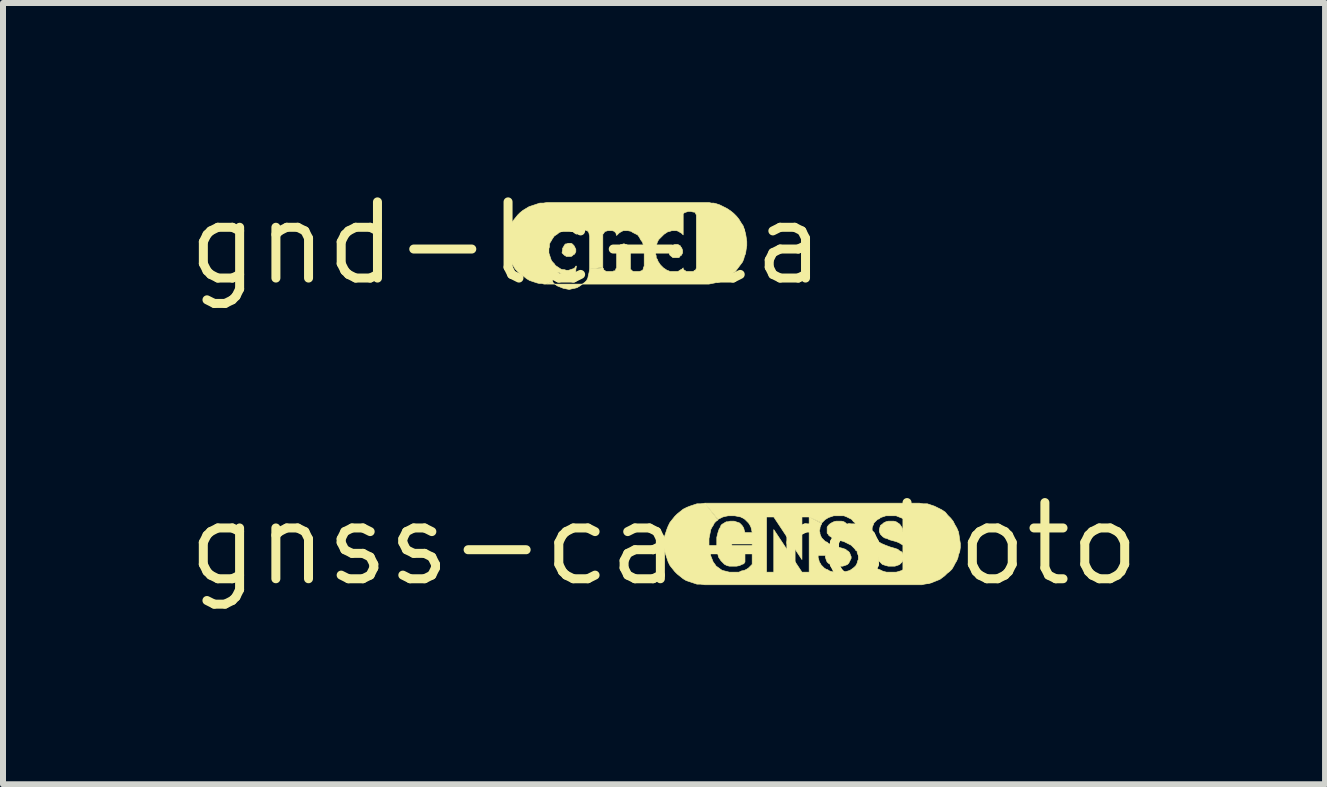
<source format=kicad_pcb>
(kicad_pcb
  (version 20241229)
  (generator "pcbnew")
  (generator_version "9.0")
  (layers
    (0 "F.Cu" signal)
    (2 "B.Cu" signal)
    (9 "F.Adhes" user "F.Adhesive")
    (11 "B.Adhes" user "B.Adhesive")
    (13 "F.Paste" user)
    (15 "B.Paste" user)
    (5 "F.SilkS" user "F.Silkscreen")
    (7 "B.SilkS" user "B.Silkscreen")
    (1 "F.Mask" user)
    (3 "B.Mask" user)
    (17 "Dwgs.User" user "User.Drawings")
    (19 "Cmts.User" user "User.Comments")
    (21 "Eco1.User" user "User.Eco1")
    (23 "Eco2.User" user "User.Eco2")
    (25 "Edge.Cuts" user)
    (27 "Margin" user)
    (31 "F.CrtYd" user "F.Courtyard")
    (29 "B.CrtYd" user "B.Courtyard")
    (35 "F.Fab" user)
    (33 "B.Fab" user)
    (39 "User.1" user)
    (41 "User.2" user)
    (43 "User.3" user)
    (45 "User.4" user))
  (footprint "gnss-ca-roboto"
    (layer "F.Cu")
    (at 8.02 6.019)
    (property "Reference" "gnss-ca-roboto" (at 0 0 0) (layer "F.SilkS") (effects (font (size 1.27 1.27) (thickness 0.15))))
    (attr board_only exclude_from_pos_files exclude_from_bom)
    (fp_poly (pts (xy 0.68 -0.68) (xy 0.61 -0.67) (xy 0.55 -0.67) (xy 0.49 -0.65) (xy 0.43 -0.63) (xy 0.38 -0.61) (xy 0.32 -0.58) (xy 0.27 -0.54) (xy 0.22 -0.5) (xy 0.18 -0.46) (xy 0.14 -0.41) (xy 0.1 -0.36) (xy 0.07 -0.3) (xy 0.05 -0.25) (xy 0.03 -0.19) (xy 0.01 -0.13) (xy 0 -0.06) (xy 0 0) (xy 0 0.06) (xy 0.01 0.12) (xy 0.03 0.18) (xy 0.05 0.24) (xy 0.07 0.3) (xy 0.1 0.36) (xy 0.14 0.41) (xy 0.18 0.46) (xy 0.22 0.5) (xy 0.27 0.54) (xy 0.32 0.58) (xy 0.37 0.61) (xy 0.43 0.63) (xy 0.49 0.65) (xy 0.55 0.67) (xy 0.61 0.67) (xy 0.68 0.68) (xy 4.26 0.68) (xy 4.3 0.68) (xy 4.34 0.67) (xy 4.4 0.66) (xy 4.45 0.65) (xy 4.5 0.63) (xy 4.55 0.61) (xy 4.6 0.59) (xy 4.64 0.56) (xy 4.68 0.53) (xy 4.72 0.49) (xy 4.76 0.46) (xy 4.8 0.42) (xy 4.83 0.37) (xy 4.85 0.33) (xy 4.88 0.28) (xy 4.9 0.23) (xy 4.91 0.18) (xy 4.93 0.13) (xy 4.94 0.06) (xy 4.94 -0.01) (xy 4.93 -0.07) (xy 4.92 -0.14) (xy 4.91 -0.2) (xy 4.88 -0.27) (xy 4.85 -0.32) (xy 4.82 -0.38) (xy 4.78 -0.43) (xy 4.73 -0.48) (xy 4.69 -0.53) (xy 4.63 -0.57) (xy 4.57 -0.6) (xy 4.51 -0.63) (xy 4.45 -0.65) (xy 4.39 -0.67) (xy 4.32 -0.67) (xy 4.26 -0.68) (xy 0.68 -0.68) (xy 0.9 -0.41) (xy 0.94 -0.43) (xy 0.98 -0.45) (xy 1.02 -0.46) (xy 1.07 -0.47) (xy 1.12 -0.47) (xy 1.18 -0.47) (xy 1.23 -0.46) (xy 1.28 -0.45) (xy 1.32 -0.43) (xy 1.35 -0.41) (xy 1.38 -0.38) (xy 1.41 -0.35) (xy 1.43 -0.32) (xy 1.45 -0.28) (xy 1.46 -0.24) (xy 1.47 -0.19) (xy 1.35 -0.19) (xy 1.34 -0.22) (xy 1.33 -0.26) (xy 1.32 -0.28) (xy 1.3 -0.31) (xy 1.28 -0.33) (xy 1.26 -0.35) (xy 1.23 -0.36) (xy 1.2 -0.37) (xy 1.17 -0.38) (xy 1.14 -0.38) (xy 1.1 -0.38) (xy 1.07 -0.37) (xy 1.04 -0.37) (xy 1.02 -0.36) (xy 0.99 -0.34) (xy 0.97 -0.33) (xy 0.95 -0.31) (xy 0.94 -0.28) (xy 0.92 -0.25) (xy 0.91 -0.22) (xy 0.9 -0.19) (xy 0.89 -0.15) (xy 0.88 -0.11) (xy 0.88 -0.07) (xy 0.88 0.06) (xy 0.88 0.1) (xy 0.89 0.14) (xy 0.9 0.18) (xy 0.91 0.22) (xy 0.93 0.25) (xy 0.95 0.28) (xy 0.98 0.31) (xy 1.01 0.34) (xy 1.05 0.36) (xy 1.09 0.37) (xy 1.14 0.37) (xy 1.21 0.37) (xy 1.26 0.36) (xy 1.28 0.35) (xy 1.3 0.34) (xy 1.33 0.33) (xy 1.35 0.3) (xy 1.35 0.1) (xy 1.13 0.1) (xy 1.13 0) (xy 1.47 0) (xy 1.47 0.34) (xy 1.71 0.47) (xy 1.71 -0.45) (xy 1.83 -0.45) (xy 2.3 0.26) (xy 2.3 -0.45) (xy 2.42 -0.45) (xy 2.63 -0.35) (xy 2.65 -0.37) (xy 2.67 -0.39) (xy 2.69 -0.41) (xy 2.71 -0.42) (xy 2.74 -0.44) (xy 2.77 -0.45) (xy 2.8 -0.46) (xy 2.83 -0.47) (xy 2.86 -0.47) (xy 2.89 -0.47) (xy 2.93 -0.47) (xy 2.96 -0.47) (xy 3 -0.47) (xy 3.05 -0.45) (xy 3.09 -0.43) (xy 3.13 -0.41) (xy 3.16 -0.37) (xy 3.18 -0.36) (xy 3.19 -0.34) (xy 3.21 -0.29) (xy 3.23 -0.24) (xy 3.23 -0.2) (xy 3.11 -0.2) (xy 3.11 -0.24) (xy 3.1 -0.27) (xy 3.08 -0.3) (xy 3.05 -0.33) (xy 3.03 -0.35) (xy 3 -0.37) (xy 2.96 -0.38) (xy 2.91 -0.38) (xy 2.87 -0.38) (xy 2.83 -0.37) (xy 2.79 -0.35) (xy 2.76 -0.33) (xy 2.74 -0.31) (xy 2.72 -0.28) (xy 2.72 -0.24) (xy 2.72 -0.22) (xy 2.72 -0.21) (xy 2.72 -0.18) (xy 2.74 -0.16) (xy 2.75 -0.14) (xy 2.78 -0.12) (xy 2.81 -0.1) (xy 2.85 -0.09) (xy 2.89 -0.07) (xy 3 -0.04) (xy 3.04 -0.02) (xy 3.08 0) (xy 3.12 0.02) (xy 3.15 0.05) (xy 3.18 0.08) (xy 3.2 0.11) (xy 3.22 0.12) (xy 3.22 0.14) (xy 3.23 0.17) (xy 3.24 0.19) (xy 3.24 0.21) (xy 3.44 0.19) (xy 3.56 0.19) (xy 3.57 0.22) (xy 3.57 0.25) (xy 3.58 0.28) (xy 3.6 0.3) (xy 3.62 0.32) (xy 3.64 0.34) (xy 3.67 0.35) (xy 3.7 0.36) (xy 3.74 0.37) (xy 3.77 0.37) (xy 3.81 0.37) (xy 3.85 0.37) (xy 3.88 0.36) (xy 3.91 0.35) (xy 3.93 0.34) (xy 3.95 0.32) (xy 3.97 0.3) (xy 3.98 0.28) (xy 3.99 0.26) (xy 3.99 0.24) (xy 3.99 0.21) (xy 3.99 0.19) (xy 3.98 0.16) (xy 3.97 0.14) (xy 3.96 0.13) (xy 3.94 0.12) (xy 3.92 0.11) (xy 3.9 0.09) (xy 3.84 0.07) (xy 3.77 0.05) (xy 3.69 0.02) (xy 3.62 -0.01) (xy 3.59 -0.03) (xy 3.56 -0.04) (xy 3.54 -0.06) (xy 3.52 -0.08) (xy 3.51 -0.1) (xy 3.49 -0.12) (xy 3.48 -0.14) (xy 3.47 -0.17) (xy 3.47 -0.19) (xy 3.47 -0.22) (xy 3.47 -0.25) (xy 3.47 -0.27) (xy 3.48 -0.3) (xy 3.49 -0.32) (xy 3.5 -0.35) (xy 3.52 -0.37) (xy 3.54 -0.39) (xy 3.56 -0.41) (xy 3.59 -0.42) (xy 3.61 -0.44) (xy 3.64 -0.45) (xy 3.67 -0.46) (xy 3.7 -0.47) (xy 3.73 -0.47) (xy 3.77 -0.47) (xy 3.8 -0.47) (xy 3.84 -0.47) (xy 3.87 -0.47) (xy 3.92 -0.45) (xy 3.97 -0.43) (xy 4.01 -0.41) (xy 4.04 -0.37) (xy 4.05 -0.36) (xy 4.07 -0.34) (xy 4.09 -0.29) (xy 4.1 -0.24) (xy 4.1 -0.2) (xy 3.98 -0.2) (xy 3.98 -0.24) (xy 3.97 -0.27) (xy 3.95 -0.3) (xy 3.93 -0.33) (xy 3.9 -0.35) (xy 3.87 -0.37) (xy 3.83 -0.38) (xy 3.79 -0.38) (xy 3.74 -0.38) (xy 3.7 -0.37) (xy 3.66 -0.35) (xy 3.64 -0.33) (xy 3.61 -0.31) (xy 3.6 -0.28) (xy 3.59 -0.24) (xy 3.59 -0.22) (xy 3.59 -0.21) (xy 3.6 -0.18) (xy 3.61 -0.16) (xy 3.63 -0.14) (xy 3.65 -0.12) (xy 3.68 -0.1) (xy 3.72 -0.09) (xy 3.76 -0.07) (xy 3.87 -0.04) (xy 3.92 -0.02) (xy 3.95 0) (xy 3.99 0.02) (xy 4.03 0.05) (xy 4.06 0.08) (xy 4.08 0.11) (xy 4.09 0.12) (xy 4.1 0.14) (xy 4.1 0.17) (xy 4.11 0.19) (xy 4.11 0.21) (xy 4.11 0.24) (xy 4.11 0.26) (xy 4.1 0.28) (xy 4.09 0.32) (xy 4.07 0.36) (xy 4.04 0.39) (xy 4 0.42) (xy 3.97 0.44) (xy 3.94 0.45) (xy 3.91 0.46) (xy 3.87 0.47) (xy 3.83 0.47) (xy 3.79 0.47) (xy 3.75 0.47) (xy 3.71 0.47) (xy 3.67 0.46) (xy 3.64 0.45) (xy 3.6 0.43) (xy 3.57 0.42) (xy 3.54 0.4) (xy 3.52 0.38) (xy 3.5 0.35) (xy 3.48 0.33) (xy 3.46 0.3) (xy 3.45 0.26) (xy 3.44 0.23) (xy 3.44 0.19) (xy 3.24 0.21) (xy 3.24 0.24) (xy 3.24 0.26) (xy 3.23 0.28) (xy 3.22 0.32) (xy 3.2 0.36) (xy 3.17 0.39) (xy 3.13 0.42) (xy 3.1 0.44) (xy 3.07 0.45) (xy 3.03 0.46) (xy 3 0.47) (xy 2.96 0.47) (xy 2.91 0.47) (xy 2.87 0.47) (xy 2.83 0.47) (xy 2.8 0.46) (xy 2.76 0.45) (xy 2.73 0.43) (xy 2.7 0.42) (xy 2.67 0.4) (xy 2.65 0.38) (xy 2.62 0.35) (xy 2.61 0.33) (xy 2.59 0.3) (xy 2.58 0.26) (xy 2.57 0.23) (xy 2.57 0.19) (xy 2.69 0.19) (xy 2.69 0.22) (xy 2.7 0.25) (xy 2.71 0.28) (xy 2.72 0.3) (xy 2.74 0.32) (xy 2.77 0.34) (xy 2.8 0.35) (xy 2.83 0.36) (xy 2.86 0.37) (xy 2.9 0.37) (xy 2.94 0.37) (xy 2.98 0.37) (xy 3.01 0.36) (xy 3.04 0.35) (xy 3.06 0.34) (xy 3.08 0.32) (xy 3.09 0.3) (xy 3.1 0.28) (xy 3.11 0.26) (xy 3.12 0.24) (xy 3.12 0.21) (xy 3.11 0.19) (xy 3.1 0.16) (xy 3.09 0.14) (xy 3.08 0.13) (xy 3.07 0.12) (xy 3.05 0.11) (xy 3.03 0.09) (xy 2.97 0.07) (xy 2.89 0.05) (xy 2.81 0.02) (xy 2.74 -0.01) (xy 2.72 -0.03) (xy 2.69 -0.04) (xy 2.67 -0.06) (xy 2.65 -0.08) (xy 2.63 -0.1) (xy 2.62 -0.12) (xy 2.61 -0.14) (xy 2.6 -0.17) (xy 2.6 -0.19) (xy 2.59 -0.22) (xy 2.6 -0.25) (xy 2.6 -0.27) (xy 2.61 -0.3) (xy 2.62 -0.32) (xy 2.63 -0.34) (xy 2.42 -0.45) (xy 2.42 0.47) (xy 2.3 0.47) (xy 1.83 -0.24) (xy 1.83 0.47) (xy 1.71 0.47) (xy 1.47 0.34) (xy 1.44 0.37) (xy 1.41 0.4) (xy 1.38 0.42) (xy 1.34 0.44) (xy 1.29 0.45) (xy 1.25 0.47) (xy 1.19 0.47) (xy 1.14 0.47) (xy 1.09 0.47) (xy 1.05 0.46) (xy 1.01 0.45) (xy 0.97 0.44) (xy 0.94 0.42) (xy 0.9 0.39) (xy 0.87 0.37) (xy 0.85 0.34) (xy 0.82 0.3) (xy 0.8 0.25) (xy 0.78 0.2) (xy 0.77 0.15) (xy 0.76 0.1) (xy 0.75 0.04) (xy 0.75 -0.05) (xy 0.75 -0.09) (xy 0.76 -0.14) (xy 0.77 -0.19) (xy 0.78 -0.24) (xy 0.8 -0.28) (xy 0.82 -0.31) (xy 0.84 -0.35) (xy 0.87 -0.38) (xy 0.9 -0.4) (xy 0.68 -0.68)) (stroke (width 0.01) (type solid)) (fill yes) (layer "F.SilkS")))
  (footprint "gnd-lc-ca"
    (layer "F.Cu")
    (at 5.39 1.006)
    (property "Reference" "gnd-lc-ca" (at 0 0 0) (layer "F.SilkS") (effects (font (size 1.27 1.27) (thickness 0.15))))
    (attr board_only exclude_from_pos_files exclude_from_bom)
    (fp_poly (pts (xy 0.93 0.16) (xy 0.97 0.2) (xy 0.99 0.21) (xy 1 0.22) (xy 1.02 0.22) (xy 1.04 0.22) (xy 1.06 0.22) (xy 1.08 0.22) (xy 1.1 0.21) (xy 1.12 0.19) (xy 1.14 0.18) (xy 1.15 0.16) (xy 1.16 0.14) (xy 1.16 0.12) (xy 1.16 0.1) (xy 1.15 0.08) (xy 1.14 0.06) (xy 1.13 0.04) (xy 1.11 0.02) (xy 1.1 0.01) (xy 1.08 0) (xy 1.05 0) (xy 1.03 0) (xy 1.01 0.01) (xy 0.99 0.01) (xy 0.97 0.03) (xy 0.96 0.05) (xy 0.95 0.07) (xy 0.94 0.08) (xy 0.94 0.1) (xy 0.93 0.16)) (stroke (width 0.01) (type solid)) (fill yes) (layer "F.SilkS"))
    (fp_poly (pts (xy 2.78 0.24) (xy 2.84 0.24) (xy 2.86 0.24) (xy 2.87 0.24) (xy 2.89 0.23) (xy 2.9 0.21) (xy 2.92 0.2) (xy 2.93 0.18) (xy 2.94 0.16) (xy 2.94 0.14) (xy 2.94 0.12) (xy 2.93 0.09) (xy 2.92 0.07) (xy 2.91 0.06) (xy 2.9 0.04) (xy 2.88 0.03) (xy 2.86 0.02) (xy 2.83 0.02) (xy 2.81 0.02) (xy 2.78 0.03) (xy 2.77 0.04) (xy 2.75 0.05) (xy 2.73 0.07) (xy 2.72 0.09) (xy 2.71 0.11) (xy 2.71 0.13) (xy 2.71 0.15) (xy 2.72 0.17) (xy 2.72 0.18) (xy 2.73 0.2) (xy 2.78 0.24)) (stroke (width 0.01) (type solid)) (fill yes) (layer "F.SilkS"))
    (fp_poly (pts (xy 0.68 -0.68) (xy 0.62 -0.67) (xy 0.56 -0.67) (xy 0.5 -0.65) (xy 0.44 -0.63) (xy 0.38 -0.61) (xy 0.33 -0.58) (xy 0.28 -0.55) (xy 0.23 -0.51) (xy 0.19 -0.47) (xy 0.15 -0.42) (xy 0.11 -0.37) (xy 0.08 -0.32) (xy 0.05 -0.26) (xy 0.03 -0.2) (xy 0.02 -0.14) (xy 0.01 -0.08) (xy 0 -0.02) (xy 0 0.04) (xy 0.01 0.1) (xy 0.02 0.16) (xy 0.04 0.22) (xy 0.06 0.27) (xy 0.09 0.33) (xy 0.12 0.38) (xy 0.15 0.43) (xy 0.2 0.48) (xy 0.24 0.52) (xy 0.29 0.55) (xy 0.34 0.59) (xy 0.39 0.62) (xy 0.45 0.64) (xy 0.51 0.66) (xy 0.55 0.67) (xy 0.59 0.67) (xy 0.63 0.68) (xy 0.67 0.68) (xy 0.77 0.64) (xy 0.77 0.62) (xy 0.78 0.59) (xy 0.79 0.56) (xy 0.81 0.54) (xy 0.84 0.5) (xy 0.86 0.49) (xy 0.88 0.49) (xy 0.89 0.49) (xy 0.9 0.5) (xy 0.93 0.52) (xy 0.95 0.53) (xy 0.98 0.54) (xy 1.01 0.55) (xy 1.04 0.56) (xy 1.07 0.55) (xy 1.09 0.55) (xy 1.11 0.54) (xy 1.13 0.53) (xy 1.14 0.51) (xy 1.15 0.49) (xy 1.16 0.47) (xy 1.16 0.44) (xy 1.17 0.38) (xy 1.16 0.38) (xy 1.15 0.4) (xy 1.13 0.42) (xy 1.1 0.43) (xy 1.07 0.44) (xy 1.04 0.45) (xy 1 0.45) (xy 0.97 0.44) (xy 0.94 0.44) (xy 0.91 0.43) (xy 0.88 0.41) (xy 0.85 0.39) (xy 0.82 0.37) (xy 0.8 0.34) (xy 0.77 0.31) (xy 0.75 0.28) (xy 0.74 0.25) (xy 0.73 0.22) (xy 0.72 0.19) (xy 0.71 0.16) (xy 0.71 0.12) (xy 0.71 0.09) (xy 0.72 0.06) (xy 0.72 0.02) (xy 0.73 -0.01) (xy 0.75 -0.04) (xy 0.76 -0.06) (xy 0.78 -0.09) (xy 0.8 -0.12) (xy 0.83 -0.14) (xy 0.86 -0.16) (xy 0.88 -0.18) (xy 0.91 -0.19) (xy 0.95 -0.21) (xy 0.98 -0.21) (xy 1.02 -0.22) (xy 1.05 -0.21) (xy 1.08 -0.2) (xy 1.12 -0.19) (xy 1.14 -0.17) (xy 1.17 -0.15) (xy 1.17 -0.18) (xy 1.19 -0.2) (xy 1.21 -0.21) (xy 1.23 -0.22) (xy 1.25 -0.22) (xy 1.27 -0.22) (xy 1.3 -0.22) (xy 1.32 -0.22) (xy 1.34 -0.21) (xy 1.35 -0.21) (xy 1.36 -0.2) (xy 1.37 -0.19) (xy 1.38 -0.17) (xy 1.38 -0.16) (xy 1.39 -0.12) (xy 1.39 0.43) (xy 1.61 0.4) (xy 1.61 -0.15) (xy 1.62 -0.16) (xy 1.64 -0.19) (xy 1.65 -0.2) (xy 1.66 -0.2) (xy 1.69 -0.21) (xy 1.71 -0.21) (xy 1.74 -0.21) (xy 1.77 -0.21) (xy 1.8 -0.2) (xy 1.81 -0.19) (xy 1.82 -0.18) (xy 1.83 -0.17) (xy 1.83 -0.16) (xy 1.84 -0.13) (xy 1.88 -0.17) (xy 1.91 -0.19) (xy 1.93 -0.2) (xy 1.95 -0.21) (xy 1.97 -0.21) (xy 1.99 -0.21) (xy 2.03 -0.21) (xy 2.08 -0.2) (xy 2.11 -0.18) (xy 2.15 -0.16) (xy 2.19 -0.14) (xy 2.22 -0.1) (xy 2.24 -0.06) (xy 2.27 -0.02) (xy 2.28 0.01) (xy 2.29 0.04) (xy 2.29 0.08) (xy 2.3 0.11) (xy 2.49 0.11) (xy 2.49 0.08) (xy 2.49 0.05) (xy 2.51 0.01) (xy 2.52 -0.02) (xy 2.54 -0.06) (xy 2.57 -0.09) (xy 2.6 -0.12) (xy 2.63 -0.15) (xy 2.66 -0.17) (xy 2.69 -0.19) (xy 2.73 -0.2) (xy 2.76 -0.21) (xy 2.8 -0.21) (xy 2.84 -0.21) (xy 2.87 -0.2) (xy 2.9 -0.18) (xy 2.92 -0.17) (xy 2.95 -0.14) (xy 2.95 -0.47) (xy 2.95 -0.49) (xy 2.97 -0.51) (xy 3 -0.52) (xy 3.03 -0.53) (xy 3.08 -0.53) (xy 3.12 -0.52) (xy 3.14 -0.52) (xy 3.15 -0.51) (xy 3.16 -0.49) (xy 3.17 -0.47) (xy 3.17 -0.46) (xy 3.17 0.41) (xy 3.16 0.44) (xy 3.15 0.45) (xy 3.14 0.45) (xy 3.12 0.47) (xy 3.09 0.47) (xy 3.06 0.47) (xy 3.03 0.47) (xy 3 0.47) (xy 2.99 0.46) (xy 2.97 0.45) (xy 2.96 0.44) (xy 2.95 0.43) (xy 2.95 0.41) (xy 2.93 0.43) (xy 2.91 0.44) (xy 2.88 0.46) (xy 2.86 0.47) (xy 2.83 0.47) (xy 2.8 0.47) (xy 2.77 0.47) (xy 2.73 0.47) (xy 2.71 0.46) (xy 2.68 0.45) (xy 2.65 0.43) (xy 2.62 0.41) (xy 2.6 0.39) (xy 2.57 0.36) (xy 2.55 0.33) (xy 2.53 0.3) (xy 2.52 0.27) (xy 2.5 0.24) (xy 2.5 0.21) (xy 2.49 0.18) (xy 2.49 0.15) (xy 2.49 0.11) (xy 2.3 0.11) (xy 2.3 0.38) (xy 2.29 0.4) (xy 2.28 0.44) (xy 2.27 0.45) (xy 2.25 0.46) (xy 2.22 0.47) (xy 2.19 0.47) (xy 2.15 0.47) (xy 2.12 0.47) (xy 2.1 0.46) (xy 2.08 0.44) (xy 2.07 0.43) (xy 2.07 0.38) (xy 2.07 0.12) (xy 2.06 0.1) (xy 2.06 0.09) (xy 2.05 0.07) (xy 2.04 0.05) (xy 2.03 0.04) (xy 2.02 0.03) (xy 2 0.02) (xy 1.99 0.02) (xy 1.97 0.01) (xy 1.95 0.01) (xy 1.93 0.02) (xy 1.91 0.02) (xy 1.9 0.03) (xy 1.88 0.04) (xy 1.87 0.05) (xy 1.86 0.06) (xy 1.85 0.08) (xy 1.84 0.09) (xy 1.84 0.11) (xy 1.84 0.13) (xy 1.84 0.41) (xy 1.83 0.42) (xy 1.82 0.45) (xy 1.81 0.46) (xy 1.79 0.46) (xy 1.78 0.47) (xy 1.75 0.47) (xy 1.72 0.47) (xy 1.69 0.47) (xy 1.67 0.47) (xy 1.65 0.46) (xy 1.64 0.45) (xy 1.63 0.45) (xy 1.62 0.42) (xy 1.61 0.41) (xy 1.39 0.43) (xy 1.38 0.49) (xy 1.37 0.53) (xy 1.36 0.58) (xy 1.34 0.62) (xy 1.31 0.65) (xy 1.27 0.68) (xy 1.23 0.71) (xy 1.18 0.74) (xy 1.14 0.75) (xy 1.09 0.76) (xy 1.05 0.77) (xy 1 0.76) (xy 0.95 0.75) (xy 0.9 0.73) (xy 0.85 0.71) (xy 0.81 0.68) (xy 0.79 0.67) (xy 0.78 0.65) (xy 0.77 0.64) (xy 0.68 0.68) (xy 3.33 0.68) (xy 3.38 0.68) (xy 3.43 0.67) (xy 3.48 0.66) (xy 3.52 0.65) (xy 3.57 0.63) (xy 3.62 0.61) (xy 3.66 0.59) (xy 3.71 0.57) (xy 3.75 0.54) (xy 3.78 0.5) (xy 3.82 0.47) (xy 3.85 0.43) (xy 3.88 0.39) (xy 3.91 0.35) (xy 3.94 0.31) (xy 3.96 0.26) (xy 3.97 0.22) (xy 3.99 0.17) (xy 4 0.1) (xy 4.01 0.04) (xy 4.01 -0.03) (xy 4 -0.1) (xy 3.99 -0.16) (xy 3.97 -0.23) (xy 3.95 -0.29) (xy 3.91 -0.35) (xy 3.88 -0.4) (xy 3.84 -0.45) (xy 3.79 -0.5) (xy 3.74 -0.54) (xy 3.68 -0.58) (xy 3.62 -0.61) (xy 3.56 -0.64) (xy 3.5 -0.66) (xy 3.46 -0.67) (xy 3.42 -0.67) (xy 3.38 -0.68) (xy 3.34 -0.68) (xy 0.68 -0.68)) (stroke (width 0.01) (type solid)) (fill yes) (layer "F.SilkS")))
  (gr_rect
    (start -3 -3)
    (end 19.041 10.025)
    (stroke (width 0.1) (type default))
    (fill no)
    (layer "Edge.Cuts")))
</source>
